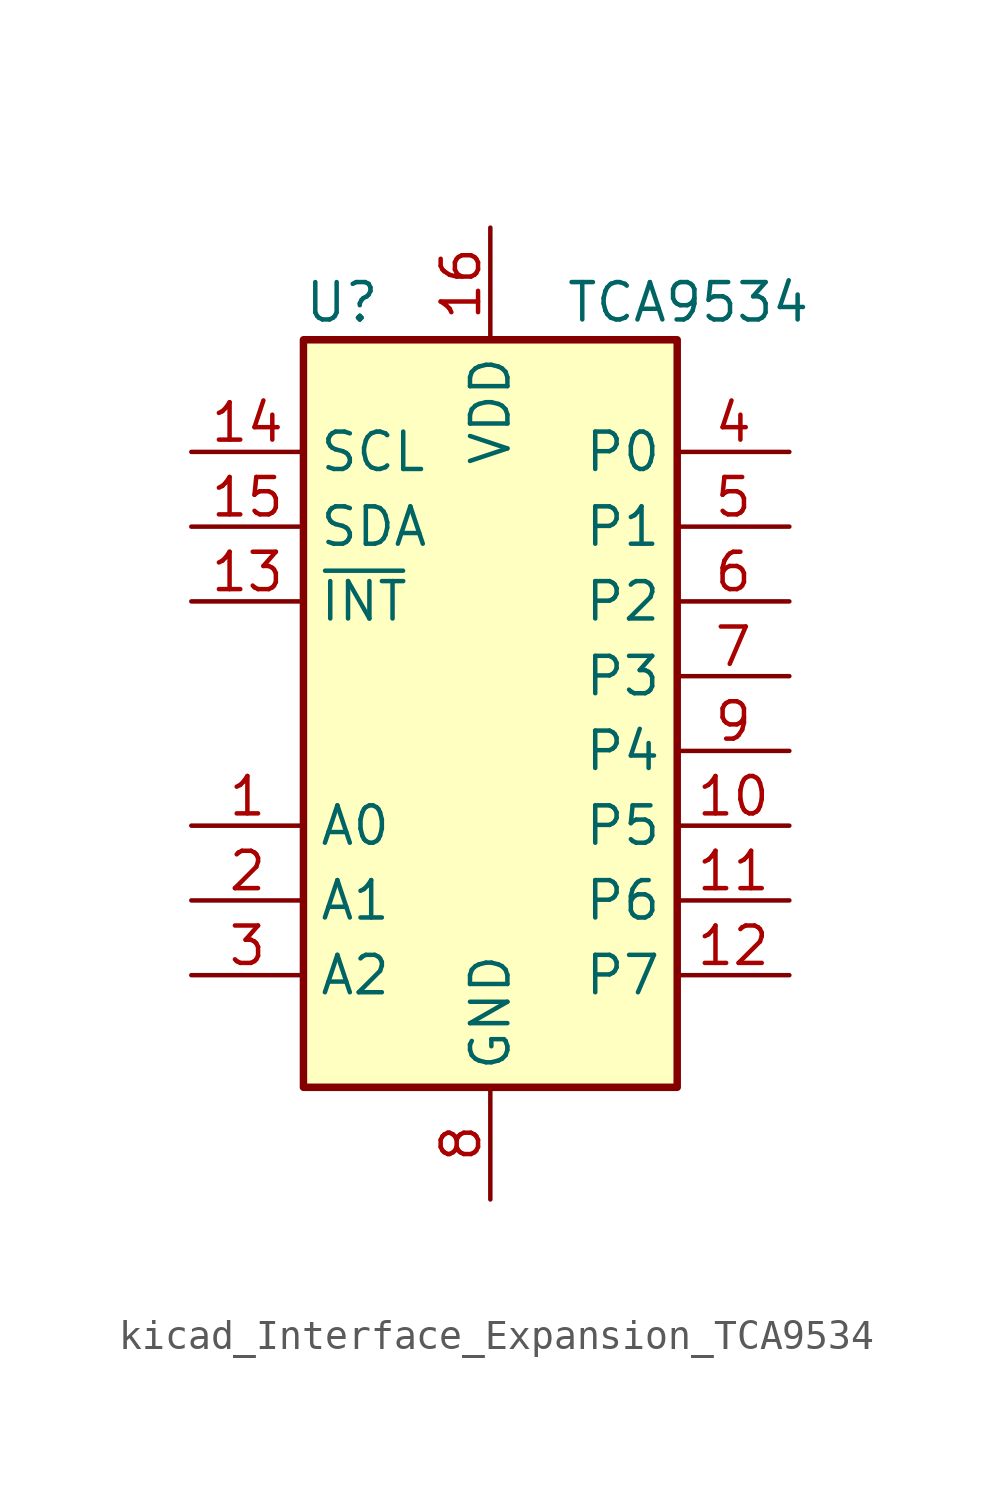
<source format=kicad_sym>
(kicad_symbol_lib
  (version 20220914)
  (generator kicad_symbol_editor)
  (symbol "kicad_Interface_Expansion_TCA9534"
    (property "Reference" "U"
      (at -6.35 12.7 0)
      (effects (font (size 1.27 1.27)) (justify left)))
    (property "Value" "TCA9534"
      (at 2.54 12.7 0)
      (effects (font (size 1.27 1.27)) (justify left)))
    (symbol "kicad_Interface_Expansion_TCA9534_0_1"
      (rectangle (start -6.35 -13.97) (end 6.35 11.43) (stroke (width 0.254) (type default)) (fill (type background))))
    (symbol "kicad_Interface_Expansion_TCA9534_1_1"
      (pin input line (at -10.16 -5.08 0) (length 3.81) (name "A0" (effects (font (size 1.27 1.27)))) (number "1" (effects (font (size 1.27 1.27)))))
      (pin bidirectional line (at 10.16 -5.08 180) (length 3.81) (name "P5" (effects (font (size 1.27 1.27)))) (number "10" (effects (font (size 1.27 1.27)))))
      (pin bidirectional line (at 10.16 -7.62 180) (length 3.81) (name "P6" (effects (font (size 1.27 1.27)))) (number "11" (effects (font (size 1.27 1.27)))))
      (pin bidirectional line (at 10.16 -10.16 180) (length 3.81) (name "P7" (effects (font (size 1.27 1.27)))) (number "12" (effects (font (size 1.27 1.27)))))
      (pin open_collector line (at -10.16 2.54 0) (length 3.81) (name "~{INT}" (effects (font (size 1.27 1.27)))) (number "13" (effects (font (size 1.27 1.27)))))
      (pin input line (at -10.16 7.62 0) (length 3.81) (name "SCL" (effects (font (size 1.27 1.27)))) (number "14" (effects (font (size 1.27 1.27)))))
      (pin bidirectional line (at -10.16 5.08 0) (length 3.81) (name "SDA" (effects (font (size 1.27 1.27)))) (number "15" (effects (font (size 1.27 1.27)))))
      (pin power_in line (at 0 15.24 270) (length 3.81) (name "VDD" (effects (font (size 1.27 1.27)))) (number "16" (effects (font (size 1.27 1.27)))))
      (pin input line (at -10.16 -7.62 0) (length 3.81) (name "A1" (effects (font (size 1.27 1.27)))) (number "2" (effects (font (size 1.27 1.27)))))
      (pin input line (at -10.16 -10.16 0) (length 3.81) (name "A2" (effects (font (size 1.27 1.27)))) (number "3" (effects (font (size 1.27 1.27)))))
      (pin bidirectional line (at 10.16 7.62 180) (length 3.81) (name "P0" (effects (font (size 1.27 1.27)))) (number "4" (effects (font (size 1.27 1.27)))))
      (pin bidirectional line (at 10.16 5.08 180) (length 3.81) (name "P1" (effects (font (size 1.27 1.27)))) (number "5" (effects (font (size 1.27 1.27)))))
      (pin bidirectional line (at 10.16 2.54 180) (length 3.81) (name "P2" (effects (font (size 1.27 1.27)))) (number "6" (effects (font (size 1.27 1.27)))))
      (pin bidirectional line (at 10.16 0 180) (length 3.81) (name "P3" (effects (font (size 1.27 1.27)))) (number "7" (effects (font (size 1.27 1.27)))))
      (pin power_in line (at 0 -17.78 90) (length 3.81) (name "GND" (effects (font (size 1.27 1.27)))) (number "8" (effects (font (size 1.27 1.27)))))
      (pin bidirectional line (at 10.16 -2.54 180) (length 3.81) (name "P4" (effects (font (size 1.27 1.27)))) (number "9" (effects (font (size 1.27 1.27))))))))
</source>
